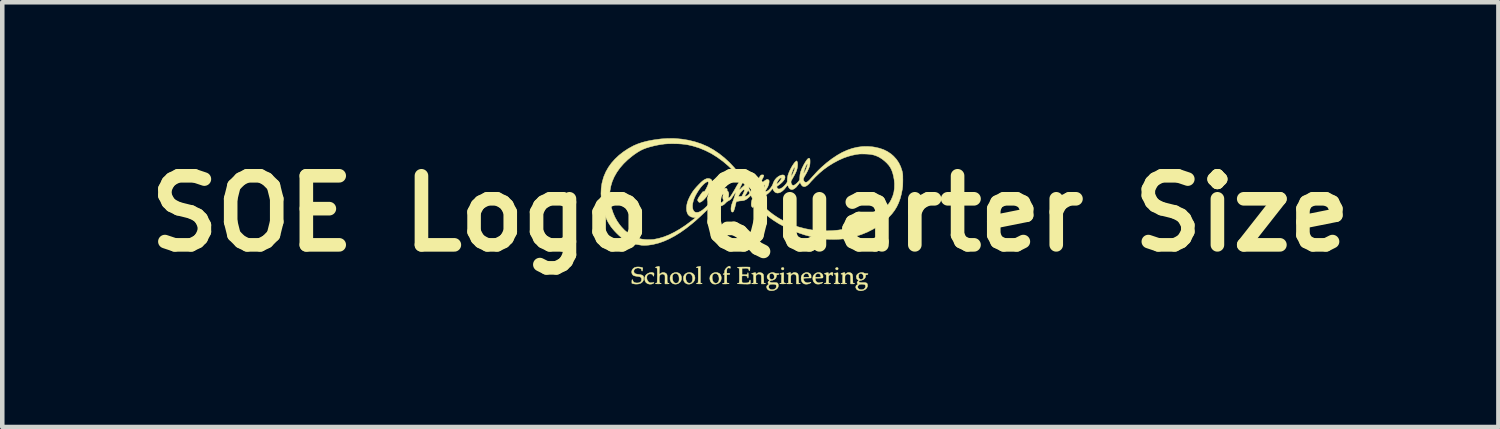
<source format=kicad_pcb>
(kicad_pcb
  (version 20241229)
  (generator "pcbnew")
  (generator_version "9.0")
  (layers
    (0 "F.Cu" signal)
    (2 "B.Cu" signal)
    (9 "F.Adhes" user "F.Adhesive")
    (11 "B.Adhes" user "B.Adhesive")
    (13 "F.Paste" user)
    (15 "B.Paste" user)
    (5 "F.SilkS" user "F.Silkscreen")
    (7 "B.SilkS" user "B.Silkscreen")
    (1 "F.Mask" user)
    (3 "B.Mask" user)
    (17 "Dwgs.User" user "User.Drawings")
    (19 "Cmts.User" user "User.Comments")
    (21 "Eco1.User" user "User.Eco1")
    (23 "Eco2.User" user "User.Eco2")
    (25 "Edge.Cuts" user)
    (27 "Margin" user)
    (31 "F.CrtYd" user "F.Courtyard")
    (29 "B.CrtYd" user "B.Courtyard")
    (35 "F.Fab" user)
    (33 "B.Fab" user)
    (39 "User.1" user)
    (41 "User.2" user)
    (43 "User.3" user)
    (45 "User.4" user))
  (footprint "SOE Logo Quarter Size"
    (layer "F.Cu")
    (at 13.506 1.663)
    (property "Reference" "SOE Logo Quarter Size" (at 0 0 0) (layer "F.SilkS") (effects (font (size 1.524 1.524) (thickness 0.3))))
    (attr through_hole)
    (fp_poly (pts (xy 0.72 1.191) (xy 0.735 1.196) (xy 0.741 1.209) (xy 0.738 1.228) (xy 0.727 1.24) (xy 0.712 1.243) (xy 0.695 1.235) (xy 0.692 1.233) (xy 0.683 1.217) (xy 0.685 1.203) (xy 0.697 1.193) (xy 0.718 1.191) (xy 0.72 1.191)) (stroke (width 0.01) (type solid)) (fill yes) (layer "F.SilkS"))
    (fp_poly (pts (xy 1.916 1.191) (xy 1.931 1.196) (xy 1.937 1.209) (xy 1.935 1.228) (xy 1.924 1.24) (xy 1.908 1.243) (xy 1.891 1.235) (xy 1.889 1.233) (xy 1.88 1.217) (xy 1.882 1.203) (xy 1.894 1.193) (xy 1.914 1.191) (xy 1.916 1.191)) (stroke (width 0.01) (type solid)) (fill yes) (layer "F.SilkS"))
    (fp_poly (pts (xy -1.103 1.531) (xy -1.083 1.535) (xy -1.067 1.54) (xy -1.063 1.544) (xy -1.071 1.547) (xy -1.089 1.55) (xy -1.118 1.551) (xy -1.126 1.551) (xy -1.156 1.55) (xy -1.178 1.548) (xy -1.189 1.545) (xy -1.19 1.544) (xy -1.184 1.538) (xy -1.178 1.537) (xy -1.169 1.537) (xy -1.163 1.534) (xy -1.158 1.527) (xy -1.154 1.515) (xy -1.152 1.496) (xy -1.151 1.469) (xy -1.15 1.432) (xy -1.15 1.383) (xy -1.15 1.359) (xy -1.15 1.196) (xy -1.17 1.196) (xy -1.186 1.194) (xy -1.19 1.188) (xy -1.184 1.181) (xy -1.169 1.175) (xy -1.161 1.174) (xy -1.14 1.17) (xy -1.121 1.167) (xy -1.118 1.166) (xy -1.103 1.161) (xy -1.103 1.531)) (stroke (width 0.01) (type solid)) (fill yes) (layer "F.SilkS"))
    (fp_poly (pts (xy 0.736 1.309) (xy 0.737 1.326) (xy 0.737 1.356) (xy 0.737 1.393) (xy 0.735 1.44) (xy 0.736 1.475) (xy 0.737 1.5) (xy 0.741 1.517) (xy 0.747 1.528) (xy 0.756 1.533) (xy 0.762 1.535) (xy 0.779 1.54) (xy 0.782 1.544) (xy 0.774 1.547) (xy 0.755 1.549) (xy 0.727 1.551) (xy 0.715 1.551) (xy 0.687 1.55) (xy 0.665 1.549) (xy 0.651 1.546) (xy 0.648 1.544) (xy 0.654 1.539) (xy 0.667 1.536) (xy 0.685 1.534) (xy 0.687 1.435) (xy 0.689 1.337) (xy 0.668 1.337) (xy 0.653 1.335) (xy 0.65 1.33) (xy 0.657 1.324) (xy 0.674 1.317) (xy 0.689 1.312) (xy 0.71 1.308) (xy 0.727 1.305) (xy 0.732 1.304) (xy 0.736 1.309)) (stroke (width 0.01) (type solid)) (fill yes) (layer "F.SilkS"))
    (fp_poly (pts (xy 1.932 1.309) (xy 1.934 1.326) (xy 1.934 1.356) (xy 1.933 1.393) (xy 1.932 1.44) (xy 1.932 1.475) (xy 1.934 1.5) (xy 1.938 1.517) (xy 1.944 1.528) (xy 1.953 1.533) (xy 1.959 1.535) (xy 1.975 1.54) (xy 1.979 1.544) (xy 1.971 1.547) (xy 1.952 1.549) (xy 1.923 1.551) (xy 1.912 1.551) (xy 1.883 1.55) (xy 1.861 1.549) (xy 1.848 1.546) (xy 1.845 1.544) (xy 1.851 1.539) (xy 1.863 1.536) (xy 1.872 1.534) (xy 1.878 1.53) (xy 1.882 1.52) (xy 1.884 1.502) (xy 1.887 1.481) (xy 1.888 1.447) (xy 1.889 1.411) (xy 1.888 1.382) (xy 1.885 1.358) (xy 1.882 1.345) (xy 1.878 1.339) (xy 1.869 1.337) (xy 1.864 1.337) (xy 1.849 1.335) (xy 1.846 1.33) (xy 1.854 1.324) (xy 1.87 1.317) (xy 1.885 1.312) (xy 1.907 1.308) (xy 1.923 1.305) (xy 1.929 1.304) (xy 1.932 1.309)) (stroke (width 0.01) (type solid)) (fill yes) (layer "F.SilkS"))
    (fp_poly (pts (xy -2.153 1.303) (xy -2.137 1.309) (xy -2.128 1.318) (xy -2.125 1.333) (xy -2.128 1.356) (xy -2.13 1.363) (xy -2.135 1.379) (xy -2.14 1.382) (xy -2.146 1.372) (xy -2.148 1.363) (xy -2.156 1.346) (xy -2.173 1.335) (xy -2.201 1.331) (xy -2.217 1.33) (xy -2.246 1.336) (xy -2.267 1.351) (xy -2.281 1.377) (xy -2.285 1.411) (xy -2.283 1.441) (xy -2.275 1.468) (xy -2.26 1.491) (xy -2.253 1.5) (xy -2.236 1.516) (xy -2.222 1.524) (xy -2.206 1.527) (xy -2.198 1.527) (xy -2.174 1.526) (xy -2.15 1.522) (xy -2.147 1.522) (xy -2.131 1.52) (xy -2.126 1.524) (xy -2.132 1.532) (xy -2.147 1.542) (xy -2.153 1.546) (xy -2.184 1.555) (xy -2.221 1.557) (xy -2.257 1.549) (xy -2.271 1.543) (xy -2.301 1.522) (xy -2.321 1.491) (xy -2.331 1.452) (xy -2.33 1.41) (xy -2.318 1.374) (xy -2.295 1.344) (xy -2.259 1.32) (xy -2.219 1.304) (xy -2.184 1.299) (xy -2.153 1.303)) (stroke (width 0.01) (type solid)) (fill yes) (layer "F.SilkS"))
    (fp_poly (pts (xy -0.72 1.305) (xy -0.684 1.321) (xy -0.663 1.343) (xy -0.649 1.372) (xy -0.642 1.406) (xy -0.643 1.442) (xy -0.651 1.476) (xy -0.666 1.502) (xy -0.695 1.53) (xy -0.73 1.548) (xy -0.768 1.557) (xy -0.806 1.554) (xy -0.826 1.548) (xy -0.855 1.529) (xy -0.876 1.5) (xy -0.89 1.466) (xy -0.895 1.428) (xy -0.891 1.399) (xy -0.843 1.399) (xy -0.842 1.433) (xy -0.836 1.466) (xy -0.824 1.496) (xy -0.807 1.519) (xy -0.796 1.527) (xy -0.767 1.537) (xy -0.74 1.534) (xy -0.716 1.519) (xy -0.716 1.519) (xy -0.7 1.495) (xy -0.691 1.463) (xy -0.69 1.428) (xy -0.695 1.392) (xy -0.707 1.36) (xy -0.709 1.357) (xy -0.729 1.335) (xy -0.755 1.323) (xy -0.782 1.321) (xy -0.808 1.33) (xy -0.826 1.345) (xy -0.838 1.368) (xy -0.843 1.399) (xy -0.891 1.399) (xy -0.89 1.391) (xy -0.883 1.373) (xy -0.862 1.342) (xy -0.832 1.318) (xy -0.797 1.304) (xy -0.759 1.299) (xy -0.72 1.305)) (stroke (width 0.01) (type solid)) (fill yes) (layer "F.SilkS"))
    (fp_poly (pts (xy -1.594 1.307) (xy -1.56 1.327) (xy -1.55 1.336) (xy -1.529 1.367) (xy -1.519 1.404) (xy -1.52 1.447) (xy -1.52 1.449) (xy -1.533 1.486) (xy -1.555 1.516) (xy -1.585 1.539) (xy -1.62 1.553) (xy -1.657 1.557) (xy -1.694 1.55) (xy -1.711 1.543) (xy -1.739 1.52) (xy -1.759 1.491) (xy -1.77 1.457) (xy -1.772 1.421) (xy -1.771 1.414) (xy -1.721 1.414) (xy -1.716 1.456) (xy -1.705 1.491) (xy -1.688 1.517) (xy -1.665 1.532) (xy -1.639 1.537) (xy -1.61 1.53) (xy -1.605 1.528) (xy -1.588 1.515) (xy -1.578 1.495) (xy -1.572 1.467) (xy -1.571 1.437) (xy -1.575 1.392) (xy -1.586 1.359) (xy -1.606 1.335) (xy -1.623 1.326) (xy -1.644 1.319) (xy -1.664 1.321) (xy -1.672 1.323) (xy -1.695 1.334) (xy -1.71 1.352) (xy -1.719 1.378) (xy -1.721 1.414) (xy -1.771 1.414) (xy -1.766 1.385) (xy -1.75 1.353) (xy -1.726 1.327) (xy -1.713 1.319) (xy -1.673 1.303) (xy -1.632 1.299) (xy -1.594 1.307)) (stroke (width 0.01) (type solid)) (fill yes) (layer "F.SilkS"))
    (fp_poly (pts (xy -1.308 1.304) (xy -1.275 1.318) (xy -1.249 1.341) (xy -1.232 1.368) (xy -1.223 1.406) (xy -1.224 1.443) (xy -1.236 1.478) (xy -1.255 1.508) (xy -1.282 1.532) (xy -1.313 1.549) (xy -1.348 1.557) (xy -1.384 1.555) (xy -1.417 1.543) (xy -1.447 1.519) (xy -1.467 1.488) (xy -1.476 1.449) (xy -1.477 1.433) (xy -1.476 1.421) (xy -1.426 1.421) (xy -1.422 1.461) (xy -1.409 1.493) (xy -1.391 1.518) (xy -1.368 1.532) (xy -1.341 1.536) (xy -1.312 1.528) (xy -1.311 1.528) (xy -1.293 1.511) (xy -1.281 1.486) (xy -1.274 1.455) (xy -1.274 1.421) (xy -1.28 1.387) (xy -1.292 1.357) (xy -1.297 1.35) (xy -1.319 1.33) (xy -1.346 1.32) (xy -1.375 1.322) (xy -1.385 1.327) (xy -1.406 1.342) (xy -1.42 1.365) (xy -1.426 1.397) (xy -1.426 1.421) (xy -1.476 1.421) (xy -1.474 1.396) (xy -1.464 1.367) (xy -1.446 1.342) (xy -1.445 1.341) (xy -1.415 1.317) (xy -1.38 1.304) (xy -1.344 1.299) (xy -1.308 1.304)) (stroke (width 0.01) (type solid)) (fill yes) (layer "F.SilkS"))
    (fp_poly (pts (xy 1.279 1.305) (xy 1.311 1.323) (xy 1.316 1.327) (xy 1.33 1.341) (xy 1.337 1.355) (xy 1.34 1.373) (xy 1.34 1.384) (xy 1.34 1.42) (xy 1.258 1.422) (xy 1.221 1.423) (xy 1.195 1.425) (xy 1.179 1.429) (xy 1.172 1.436) (xy 1.171 1.447) (xy 1.175 1.462) (xy 1.176 1.467) (xy 1.192 1.496) (xy 1.217 1.516) (xy 1.247 1.527) (xy 1.281 1.526) (xy 1.301 1.521) (xy 1.323 1.514) (xy 1.335 1.514) (xy 1.337 1.52) (xy 1.328 1.529) (xy 1.309 1.541) (xy 1.301 1.545) (xy 1.272 1.553) (xy 1.239 1.557) (xy 1.207 1.555) (xy 1.19 1.55) (xy 1.158 1.531) (xy 1.136 1.502) (xy 1.123 1.465) (xy 1.12 1.43) (xy 1.123 1.404) (xy 1.168 1.404) (xy 1.298 1.404) (xy 1.295 1.376) (xy 1.286 1.347) (xy 1.269 1.329) (xy 1.244 1.321) (xy 1.237 1.32) (xy 1.209 1.326) (xy 1.187 1.343) (xy 1.174 1.369) (xy 1.172 1.379) (xy 1.168 1.404) (xy 1.123 1.404) (xy 1.124 1.39) (xy 1.137 1.358) (xy 1.159 1.333) (xy 1.169 1.325) (xy 1.207 1.306) (xy 1.244 1.299) (xy 1.279 1.305)) (stroke (width 0.01) (type solid)) (fill yes) (layer "F.SilkS"))
    (fp_poly (pts (xy 1.553 1.31) (xy 1.58 1.33) (xy 1.595 1.352) (xy 1.602 1.372) (xy 1.604 1.393) (xy 1.601 1.411) (xy 1.594 1.42) (xy 1.583 1.421) (xy 1.562 1.423) (xy 1.534 1.423) (xy 1.506 1.424) (xy 1.429 1.424) (xy 1.432 1.451) (xy 1.441 1.483) (xy 1.458 1.505) (xy 1.482 1.521) (xy 1.5 1.527) (xy 1.519 1.528) (xy 1.544 1.525) (xy 1.577 1.516) (xy 1.583 1.514) (xy 1.593 1.512) (xy 1.594 1.517) (xy 1.593 1.52) (xy 1.582 1.533) (xy 1.561 1.544) (xy 1.534 1.552) (xy 1.504 1.556) (xy 1.475 1.555) (xy 1.45 1.55) (xy 1.447 1.548) (xy 1.416 1.527) (xy 1.394 1.498) (xy 1.381 1.464) (xy 1.377 1.427) (xy 1.382 1.391) (xy 1.384 1.387) (xy 1.43 1.387) (xy 1.43 1.404) (xy 1.494 1.404) (xy 1.524 1.403) (xy 1.542 1.402) (xy 1.552 1.4) (xy 1.557 1.396) (xy 1.557 1.391) (xy 1.552 1.361) (xy 1.538 1.338) (xy 1.516 1.324) (xy 1.49 1.32) (xy 1.473 1.324) (xy 1.451 1.338) (xy 1.436 1.36) (xy 1.43 1.387) (xy 1.384 1.387) (xy 1.398 1.358) (xy 1.419 1.334) (xy 1.452 1.312) (xy 1.487 1.301) (xy 1.522 1.301) (xy 1.553 1.31)) (stroke (width 0.01) (type solid)) (fill yes) (layer "F.SilkS"))
    (fp_poly (pts (xy 1.013 1.306) (xy 1.03 1.314) (xy 1.042 1.323) (xy 1.05 1.336) (xy 1.056 1.354) (xy 1.06 1.381) (xy 1.062 1.418) (xy 1.063 1.44) (xy 1.066 1.534) (xy 1.085 1.536) (xy 1.1 1.539) (xy 1.103 1.543) (xy 1.097 1.547) (xy 1.081 1.55) (xy 1.059 1.551) (xy 1.016 1.551) (xy 1.016 1.461) (xy 1.016 1.424) (xy 1.015 1.398) (xy 1.013 1.38) (xy 1.01 1.368) (xy 1.006 1.359) (xy 1.003 1.355) (xy 0.982 1.338) (xy 0.955 1.333) (xy 0.927 1.339) (xy 0.912 1.347) (xy 0.901 1.357) (xy 0.895 1.371) (xy 0.891 1.392) (xy 0.89 1.421) (xy 0.89 1.455) (xy 0.892 1.534) (xy 0.911 1.536) (xy 0.924 1.54) (xy 0.929 1.544) (xy 0.923 1.547) (xy 0.906 1.549) (xy 0.881 1.55) (xy 0.861 1.551) (xy 0.83 1.55) (xy 0.809 1.549) (xy 0.799 1.546) (xy 0.799 1.545) (xy 0.81 1.539) (xy 0.822 1.536) (xy 0.839 1.534) (xy 0.841 1.436) (xy 0.843 1.338) (xy 0.821 1.336) (xy 0.807 1.332) (xy 0.801 1.327) (xy 0.801 1.327) (xy 0.808 1.322) (xy 0.824 1.316) (xy 0.844 1.309) (xy 0.864 1.304) (xy 0.879 1.301) (xy 0.886 1.302) (xy 0.888 1.311) (xy 0.889 1.325) (xy 0.889 1.344) (xy 0.914 1.324) (xy 0.947 1.305) (xy 0.979 1.299) (xy 1.013 1.306)) (stroke (width 0.01) (type solid)) (fill yes) (layer "F.SilkS"))
    (fp_poly (pts (xy 1.809 1.3) (xy 1.818 1.303) (xy 1.822 1.31) (xy 1.822 1.324) (xy 1.82 1.335) (xy 1.817 1.354) (xy 1.815 1.367) (xy 1.814 1.37) (xy 1.808 1.368) (xy 1.798 1.358) (xy 1.798 1.358) (xy 1.779 1.346) (xy 1.76 1.346) (xy 1.741 1.36) (xy 1.734 1.368) (xy 1.729 1.376) (xy 1.726 1.389) (xy 1.725 1.407) (xy 1.725 1.435) (xy 1.725 1.453) (xy 1.725 1.488) (xy 1.726 1.511) (xy 1.73 1.526) (xy 1.736 1.534) (xy 1.746 1.537) (xy 1.758 1.537) (xy 1.769 1.54) (xy 1.771 1.544) (xy 1.765 1.547) (xy 1.747 1.549) (xy 1.719 1.551) (xy 1.701 1.551) (xy 1.669 1.55) (xy 1.646 1.548) (xy 1.633 1.546) (xy 1.631 1.544) (xy 1.637 1.539) (xy 1.647 1.537) (xy 1.663 1.532) (xy 1.671 1.524) (xy 1.673 1.513) (xy 1.675 1.492) (xy 1.677 1.464) (xy 1.677 1.433) (xy 1.677 1.403) (xy 1.677 1.376) (xy 1.675 1.356) (xy 1.673 1.346) (xy 1.663 1.339) (xy 1.652 1.336) (xy 1.637 1.332) (xy 1.634 1.325) (xy 1.644 1.318) (xy 1.664 1.312) (xy 1.666 1.311) (xy 1.693 1.305) (xy 1.709 1.303) (xy 1.718 1.304) (xy 1.722 1.311) (xy 1.724 1.323) (xy 1.725 1.327) (xy 1.728 1.353) (xy 1.74 1.335) (xy 1.757 1.317) (xy 1.779 1.304) (xy 1.801 1.299) (xy 1.809 1.3)) (stroke (width 0.01) (type solid)) (fill yes) (layer "F.SilkS"))
    (fp_poly (pts (xy 2.209 1.306) (xy 2.211 1.307) (xy 2.229 1.316) (xy 2.242 1.329) (xy 2.251 1.347) (xy 2.256 1.372) (xy 2.259 1.407) (xy 2.259 1.439) (xy 2.26 1.471) (xy 2.261 1.498) (xy 2.262 1.518) (xy 2.263 1.527) (xy 2.272 1.535) (xy 2.283 1.537) (xy 2.296 1.54) (xy 2.299 1.544) (xy 2.293 1.548) (xy 2.277 1.55) (xy 2.256 1.551) (xy 2.212 1.551) (xy 2.212 1.461) (xy 2.212 1.424) (xy 2.211 1.398) (xy 2.21 1.38) (xy 2.207 1.368) (xy 2.202 1.359) (xy 2.199 1.355) (xy 2.178 1.338) (xy 2.152 1.332) (xy 2.125 1.337) (xy 2.12 1.34) (xy 2.106 1.348) (xy 2.096 1.359) (xy 2.09 1.373) (xy 2.087 1.395) (xy 2.086 1.425) (xy 2.087 1.455) (xy 2.089 1.534) (xy 2.107 1.536) (xy 2.121 1.54) (xy 2.126 1.544) (xy 2.119 1.547) (xy 2.103 1.549) (xy 2.078 1.551) (xy 2.062 1.551) (xy 2.035 1.55) (xy 2.013 1.548) (xy 2.001 1.546) (xy 1.999 1.544) (xy 2.004 1.539) (xy 2.017 1.536) (xy 2.035 1.534) (xy 2.037 1.435) (xy 2.039 1.337) (xy 2.019 1.337) (xy 2.003 1.335) (xy 1.999 1.33) (xy 2.005 1.322) (xy 2.022 1.315) (xy 2.039 1.309) (xy 2.06 1.304) (xy 2.076 1.302) (xy 2.082 1.302) (xy 2.085 1.311) (xy 2.085 1.325) (xy 2.085 1.344) (xy 2.111 1.324) (xy 2.143 1.305) (xy 2.175 1.299) (xy 2.209 1.306)) (stroke (width 0.01) (type solid)) (fill yes) (layer "F.SilkS"))
    (fp_poly (pts (xy -0.448 1.164) (xy -0.442 1.179) (xy -0.441 1.187) (xy -0.442 1.202) (xy -0.446 1.207) (xy -0.454 1.203) (xy -0.477 1.197) (xy -0.498 1.2) (xy -0.511 1.211) (xy -0.518 1.231) (xy -0.521 1.264) (xy -0.521 1.271) (xy -0.521 1.317) (xy -0.488 1.317) (xy -0.468 1.317) (xy -0.458 1.32) (xy -0.455 1.327) (xy -0.455 1.33) (xy -0.456 1.338) (xy -0.464 1.342) (xy -0.48 1.343) (xy -0.488 1.344) (xy -0.521 1.344) (xy -0.521 1.436) (xy -0.521 1.475) (xy -0.52 1.502) (xy -0.518 1.52) (xy -0.513 1.531) (xy -0.506 1.536) (xy -0.494 1.537) (xy -0.484 1.537) (xy -0.472 1.54) (xy -0.468 1.544) (xy -0.474 1.546) (xy -0.49 1.548) (xy -0.513 1.55) (xy -0.539 1.552) (xy -0.565 1.553) (xy -0.588 1.553) (xy -0.604 1.553) (xy -0.608 1.552) (xy -0.615 1.546) (xy -0.612 1.541) (xy -0.599 1.538) (xy -0.596 1.537) (xy -0.579 1.534) (xy -0.572 1.527) (xy -0.571 1.516) (xy -0.569 1.495) (xy -0.569 1.467) (xy -0.568 1.434) (xy -0.568 1.43) (xy -0.568 1.344) (xy -0.585 1.344) (xy -0.597 1.342) (xy -0.602 1.338) (xy -0.596 1.331) (xy -0.585 1.325) (xy -0.574 1.317) (xy -0.569 1.304) (xy -0.568 1.291) (xy -0.566 1.268) (xy -0.562 1.247) (xy -0.561 1.245) (xy -0.549 1.224) (xy -0.529 1.201) (xy -0.506 1.18) (xy -0.485 1.166) (xy -0.483 1.166) (xy -0.461 1.16) (xy -0.448 1.164)) (stroke (width 0.01) (type solid)) (fill yes) (layer "F.SilkS"))
    (fp_poly (pts (xy -2.444 1.179) (xy -2.41 1.185) (xy -2.404 1.187) (xy -2.373 1.198) (xy -2.377 1.226) (xy -2.38 1.245) (xy -2.383 1.26) (xy -2.383 1.262) (xy -2.388 1.268) (xy -2.394 1.264) (xy -2.399 1.253) (xy -2.4 1.243) (xy -2.405 1.225) (xy -2.422 1.212) (xy -2.45 1.203) (xy -2.463 1.2) (xy -2.497 1.2) (xy -2.526 1.208) (xy -2.55 1.224) (xy -2.566 1.245) (xy -2.572 1.27) (xy -2.567 1.296) (xy -2.564 1.302) (xy -2.555 1.315) (xy -2.543 1.324) (xy -2.523 1.331) (xy -2.496 1.337) (xy -2.457 1.343) (xy -2.454 1.343) (xy -2.413 1.35) (xy -2.385 1.36) (xy -2.366 1.374) (xy -2.356 1.394) (xy -2.353 1.421) (xy -2.354 1.437) (xy -2.362 1.476) (xy -2.381 1.506) (xy -2.41 1.53) (xy -2.425 1.538) (xy -2.46 1.55) (xy -2.502 1.555) (xy -2.544 1.554) (xy -2.582 1.547) (xy -2.614 1.537) (xy -2.614 1.497) (xy -2.613 1.474) (xy -2.61 1.461) (xy -2.604 1.457) (xy -2.604 1.457) (xy -2.596 1.463) (xy -2.592 1.479) (xy -2.584 1.502) (xy -2.564 1.518) (xy -2.534 1.528) (xy -2.502 1.531) (xy -2.461 1.527) (xy -2.43 1.515) (xy -2.41 1.496) (xy -2.401 1.468) (xy -2.4 1.452) (xy -2.404 1.425) (xy -2.417 1.405) (xy -2.44 1.393) (xy -2.471 1.387) (xy -2.514 1.382) (xy -2.547 1.376) (xy -2.57 1.368) (xy -2.587 1.359) (xy -2.596 1.35) (xy -2.613 1.32) (xy -2.619 1.288) (xy -2.613 1.256) (xy -2.597 1.226) (xy -2.572 1.202) (xy -2.545 1.187) (xy -2.517 1.18) (xy -2.481 1.177) (xy -2.444 1.179)) (stroke (width 0.01) (type solid)) (fill yes) (layer "F.SilkS"))
    (fp_poly (pts (xy 0.228 1.302) (xy 0.258 1.314) (xy 0.274 1.327) (xy 0.281 1.335) (xy 0.286 1.344) (xy 0.289 1.356) (xy 0.291 1.373) (xy 0.293 1.4) (xy 0.294 1.437) (xy 0.294 1.439) (xy 0.297 1.534) (xy 0.316 1.536) (xy 0.331 1.539) (xy 0.335 1.543) (xy 0.328 1.547) (xy 0.312 1.55) (xy 0.289 1.551) (xy 0.289 1.551) (xy 0.244 1.551) (xy 0.244 1.457) (xy 0.244 1.42) (xy 0.243 1.394) (xy 0.242 1.376) (xy 0.239 1.364) (xy 0.235 1.356) (xy 0.229 1.349) (xy 0.229 1.349) (xy 0.208 1.336) (xy 0.182 1.333) (xy 0.156 1.338) (xy 0.137 1.35) (xy 0.13 1.357) (xy 0.125 1.365) (xy 0.122 1.375) (xy 0.121 1.39) (xy 0.121 1.414) (xy 0.122 1.448) (xy 0.122 1.45) (xy 0.124 1.534) (xy 0.142 1.536) (xy 0.155 1.54) (xy 0.16 1.544) (xy 0.154 1.547) (xy 0.137 1.549) (xy 0.113 1.55) (xy 0.094 1.551) (xy 0.063 1.55) (xy 0.04 1.548) (xy 0.028 1.546) (xy 0.027 1.544) (xy 0.033 1.539) (xy 0.047 1.537) (xy 0.047 1.537) (xy 0.057 1.536) (xy 0.064 1.532) (xy 0.069 1.524) (xy 0.072 1.508) (xy 0.073 1.484) (xy 0.073 1.449) (xy 0.072 1.424) (xy 0.07 1.341) (xy 0.048 1.335) (xy 0.032 1.33) (xy 0.028 1.324) (xy 0.038 1.318) (xy 0.06 1.312) (xy 0.062 1.311) (xy 0.089 1.305) (xy 0.105 1.303) (xy 0.114 1.304) (xy 0.118 1.31) (xy 0.12 1.321) (xy 0.12 1.322) (xy 0.124 1.345) (xy 0.14 1.327) (xy 0.166 1.309) (xy 0.196 1.301) (xy 0.228 1.302)) (stroke (width 0.01) (type solid)) (fill yes) (layer "F.SilkS"))
    (fp_poly (pts (xy -2.011 1.167) (xy -2.006 1.176) (xy -2.005 1.193) (xy -2.007 1.221) (xy -2.008 1.246) (xy -2.01 1.285) (xy -2.01 1.311) (xy -2.007 1.327) (xy -2.002 1.334) (xy -1.993 1.332) (xy -1.981 1.323) (xy -1.978 1.321) (xy -1.959 1.308) (xy -1.939 1.3) (xy -1.937 1.3) (xy -1.908 1.3) (xy -1.879 1.309) (xy -1.856 1.325) (xy -1.849 1.332) (xy -1.843 1.342) (xy -1.839 1.353) (xy -1.837 1.368) (xy -1.836 1.39) (xy -1.836 1.423) (xy -1.836 1.428) (xy -1.836 1.47) (xy -1.835 1.5) (xy -1.831 1.52) (xy -1.825 1.531) (xy -1.815 1.537) (xy -1.808 1.537) (xy -1.796 1.54) (xy -1.791 1.544) (xy -1.798 1.547) (xy -1.814 1.55) (xy -1.837 1.551) (xy -1.884 1.551) (xy -1.883 1.457) (xy -1.882 1.42) (xy -1.883 1.394) (xy -1.884 1.376) (xy -1.886 1.364) (xy -1.89 1.356) (xy -1.896 1.35) (xy -1.897 1.349) (xy -1.918 1.336) (xy -1.944 1.333) (xy -1.97 1.338) (xy -1.988 1.35) (xy -2.001 1.372) (xy -2.009 1.404) (xy -2.011 1.446) (xy -2.009 1.487) (xy -2.006 1.511) (xy -2.003 1.524) (xy -1.997 1.531) (xy -1.988 1.535) (xy -1.985 1.535) (xy -1.969 1.54) (xy -1.965 1.544) (xy -1.973 1.547) (xy -1.992 1.549) (xy -2.021 1.551) (xy -2.032 1.551) (xy -2.065 1.55) (xy -2.086 1.548) (xy -2.095 1.545) (xy -2.095 1.544) (xy -2.086 1.538) (xy -2.079 1.537) (xy -2.065 1.532) (xy -2.059 1.524) (xy -2.057 1.514) (xy -2.055 1.493) (xy -2.054 1.464) (xy -2.053 1.428) (xy -2.052 1.389) (xy -2.052 1.348) (xy -2.052 1.308) (xy -2.053 1.272) (xy -2.054 1.241) (xy -2.055 1.219) (xy -2.057 1.206) (xy -2.057 1.206) (xy -2.067 1.199) (xy -2.079 1.195) (xy -2.092 1.192) (xy -2.092 1.186) (xy -2.081 1.179) (xy -2.059 1.172) (xy -2.056 1.172) (xy -2.035 1.167) (xy -2.02 1.164) (xy -2.011 1.167)) (stroke (width 0.01) (type solid)) (fill yes) (layer "F.SilkS"))
    (fp_poly (pts (xy -0.065 1.179) (xy -0.038 1.18) (xy -0.019 1.181) (xy -0.01 1.183) (xy -0.01 1.183) (xy -0.008 1.193) (xy -0.009 1.212) (xy -0.01 1.227) (xy -0.015 1.249) (xy -0.021 1.26) (xy -0.027 1.259) (xy -0.032 1.245) (xy -0.033 1.236) (xy -0.038 1.222) (xy -0.049 1.212) (xy -0.068 1.206) (xy -0.096 1.204) (xy -0.132 1.205) (xy -0.184 1.206) (xy -0.184 1.347) (xy -0.131 1.349) (xy -0.099 1.349) (xy -0.078 1.346) (xy -0.066 1.339) (xy -0.061 1.326) (xy -0.06 1.319) (xy -0.058 1.307) (xy -0.053 1.303) (xy -0.05 1.31) (xy -0.048 1.327) (xy -0.047 1.354) (xy -0.047 1.364) (xy -0.047 1.392) (xy -0.049 1.413) (xy -0.052 1.423) (xy -0.053 1.424) (xy -0.059 1.418) (xy -0.06 1.409) (xy -0.062 1.393) (xy -0.065 1.386) (xy -0.075 1.38) (xy -0.094 1.375) (xy -0.118 1.372) (xy -0.143 1.371) (xy -0.163 1.373) (xy -0.187 1.378) (xy -0.187 1.45) (xy -0.187 1.484) (xy -0.185 1.507) (xy -0.18 1.521) (xy -0.168 1.528) (xy -0.149 1.53) (xy -0.12 1.53) (xy -0.11 1.53) (xy -0.076 1.529) (xy -0.053 1.526) (xy -0.038 1.52) (xy -0.029 1.51) (xy -0.022 1.495) (xy -0.021 1.492) (xy -0.014 1.475) (xy -0.008 1.465) (xy -0.006 1.464) (xy -0.003 1.47) (xy -0.001 1.486) (xy 0 1.506) (xy 0 1.549) (xy -0.031 1.553) (xy -0.053 1.555) (xy -0.071 1.556) (xy -0.076 1.556) (xy -0.088 1.555) (xy -0.11 1.554) (xy -0.14 1.554) (xy -0.174 1.553) (xy -0.189 1.552) (xy -0.226 1.551) (xy -0.257 1.549) (xy -0.277 1.547) (xy -0.287 1.545) (xy -0.287 1.544) (xy -0.282 1.539) (xy -0.272 1.537) (xy -0.262 1.537) (xy -0.255 1.534) (xy -0.249 1.527) (xy -0.246 1.515) (xy -0.243 1.497) (xy -0.242 1.47) (xy -0.242 1.433) (xy -0.242 1.385) (xy -0.242 1.363) (xy -0.244 1.206) (xy -0.265 1.2) (xy -0.279 1.193) (xy -0.286 1.187) (xy -0.286 1.187) (xy -0.281 1.185) (xy -0.264 1.183) (xy -0.238 1.181) (xy -0.206 1.18) (xy -0.171 1.179) (xy -0.134 1.179) (xy -0.098 1.178) (xy -0.065 1.179)) (stroke (width 0.01) (type solid)) (fill yes) (layer "F.SilkS"))
    (fp_poly (pts (xy 0.515 1.303) (xy 0.532 1.309) (xy 0.567 1.32) (xy 0.599 1.323) (xy 0.62 1.324) (xy 0.63 1.326) (xy 0.631 1.33) (xy 0.628 1.337) (xy 0.617 1.347) (xy 0.598 1.35) (xy 0.583 1.351) (xy 0.576 1.357) (xy 0.575 1.37) (xy 0.575 1.375) (xy 0.571 1.399) (xy 0.562 1.421) (xy 0.562 1.422) (xy 0.544 1.442) (xy 0.518 1.458) (xy 0.491 1.469) (xy 0.476 1.471) (xy 0.457 1.474) (xy 0.44 1.483) (xy 0.429 1.495) (xy 0.428 1.501) (xy 0.432 1.511) (xy 0.446 1.518) (xy 0.47 1.522) (xy 0.506 1.523) (xy 0.521 1.523) (xy 0.556 1.523) (xy 0.58 1.525) (xy 0.596 1.53) (xy 0.606 1.54) (xy 0.612 1.554) (xy 0.615 1.564) (xy 0.618 1.598) (xy 0.608 1.63) (xy 0.586 1.658) (xy 0.556 1.679) (xy 0.516 1.695) (xy 0.472 1.701) (xy 0.432 1.698) (xy 0.4 1.686) (xy 0.376 1.666) (xy 0.364 1.644) (xy 0.36 1.619) (xy 0.401 1.619) (xy 0.408 1.642) (xy 0.424 1.663) (xy 0.447 1.676) (xy 0.45 1.677) (xy 0.482 1.681) (xy 0.516 1.675) (xy 0.536 1.667) (xy 0.56 1.648) (xy 0.573 1.622) (xy 0.575 1.605) (xy 0.573 1.585) (xy 0.565 1.571) (xy 0.55 1.562) (xy 0.526 1.558) (xy 0.495 1.557) (xy 0.466 1.558) (xy 0.447 1.559) (xy 0.434 1.563) (xy 0.424 1.569) (xy 0.419 1.574) (xy 0.405 1.595) (xy 0.401 1.619) (xy 0.36 1.619) (xy 0.359 1.616) (xy 0.367 1.592) (xy 0.388 1.572) (xy 0.39 1.571) (xy 0.405 1.561) (xy 0.409 1.555) (xy 0.406 1.549) (xy 0.401 1.546) (xy 0.389 1.531) (xy 0.39 1.513) (xy 0.401 1.495) (xy 0.409 1.488) (xy 0.43 1.472) (xy 0.409 1.461) (xy 0.388 1.444) (xy 0.373 1.421) (xy 0.368 1.397) (xy 0.371 1.382) (xy 0.417 1.382) (xy 0.42 1.409) (xy 0.431 1.433) (xy 0.449 1.449) (xy 0.45 1.449) (xy 0.472 1.454) (xy 0.496 1.45) (xy 0.515 1.437) (xy 0.516 1.436) (xy 0.526 1.416) (xy 0.529 1.389) (xy 0.524 1.362) (xy 0.513 1.34) (xy 0.512 1.339) (xy 0.492 1.325) (xy 0.468 1.32) (xy 0.445 1.326) (xy 0.434 1.334) (xy 0.421 1.355) (xy 0.417 1.382) (xy 0.371 1.382) (xy 0.373 1.371) (xy 0.389 1.345) (xy 0.411 1.325) (xy 0.423 1.318) (xy 0.458 1.304) (xy 0.487 1.299) (xy 0.515 1.303)) (stroke (width 0.01) (type solid)) (fill yes) (layer "F.SilkS"))
    (fp_poly (pts (xy 2.49 1.304) (xy 2.511 1.314) (xy 2.526 1.319) (xy 2.549 1.323) (xy 2.563 1.323) (xy 2.584 1.324) (xy 2.595 1.326) (xy 2.596 1.33) (xy 2.593 1.337) (xy 2.581 1.348) (xy 2.564 1.35) (xy 2.55 1.351) (xy 2.544 1.356) (xy 2.542 1.37) (xy 2.542 1.377) (xy 2.537 1.407) (xy 2.52 1.434) (xy 2.493 1.455) (xy 2.459 1.468) (xy 2.448 1.47) (xy 2.417 1.477) (xy 2.399 1.488) (xy 2.393 1.502) (xy 2.399 1.512) (xy 2.417 1.519) (xy 2.448 1.522) (xy 2.491 1.523) (xy 2.527 1.523) (xy 2.552 1.527) (xy 2.569 1.535) (xy 2.579 1.55) (xy 2.584 1.571) (xy 2.585 1.575) (xy 2.583 1.608) (xy 2.569 1.639) (xy 2.545 1.665) (xy 2.513 1.685) (xy 2.474 1.698) (xy 2.451 1.702) (xy 2.435 1.703) (xy 2.422 1.702) (xy 2.405 1.699) (xy 2.4 1.698) (xy 2.365 1.685) (xy 2.341 1.665) (xy 2.328 1.639) (xy 2.326 1.623) (xy 2.366 1.623) (xy 2.373 1.644) (xy 2.389 1.662) (xy 2.412 1.675) (xy 2.441 1.681) (xy 2.463 1.68) (xy 2.485 1.675) (xy 2.503 1.668) (xy 2.505 1.667) (xy 2.524 1.65) (xy 2.537 1.629) (xy 2.543 1.608) (xy 2.543 1.598) (xy 2.537 1.579) (xy 2.527 1.568) (xy 2.511 1.561) (xy 2.485 1.558) (xy 2.462 1.557) (xy 2.434 1.558) (xy 2.415 1.559) (xy 2.403 1.563) (xy 2.393 1.57) (xy 2.386 1.577) (xy 2.37 1.6) (xy 2.366 1.623) (xy 2.326 1.623) (xy 2.326 1.622) (xy 2.329 1.6) (xy 2.338 1.584) (xy 2.358 1.57) (xy 2.373 1.56) (xy 2.377 1.554) (xy 2.373 1.549) (xy 2.367 1.545) (xy 2.355 1.531) (xy 2.356 1.515) (xy 2.369 1.495) (xy 2.374 1.491) (xy 2.395 1.472) (xy 2.374 1.461) (xy 2.354 1.447) (xy 2.344 1.429) (xy 2.34 1.403) (xy 2.339 1.394) (xy 2.34 1.385) (xy 2.386 1.385) (xy 2.388 1.408) (xy 2.394 1.423) (xy 2.406 1.438) (xy 2.428 1.453) (xy 2.45 1.456) (xy 2.473 1.445) (xy 2.477 1.441) (xy 2.489 1.429) (xy 2.494 1.416) (xy 2.496 1.395) (xy 2.496 1.391) (xy 2.491 1.359) (xy 2.477 1.336) (xy 2.455 1.323) (xy 2.436 1.321) (xy 2.411 1.326) (xy 2.395 1.341) (xy 2.387 1.366) (xy 2.386 1.385) (xy 2.34 1.385) (xy 2.342 1.371) (xy 2.35 1.353) (xy 2.36 1.34) (xy 2.387 1.318) (xy 2.42 1.305) (xy 2.456 1.3) (xy 2.49 1.304)) (stroke (width 0.01) (type solid)) (fill yes) (layer "F.SilkS"))
    (fp_poly (pts (xy -1.666 -1.657) (xy -1.515 -1.644) (xy -1.368 -1.62) (xy -1.224 -1.585) (xy -1.087 -1.54) (xy -0.956 -1.484) (xy -0.931 -1.472) (xy -0.809 -1.403) (xy -0.689 -1.322) (xy -0.573 -1.23) (xy -0.463 -1.129) (xy -0.359 -1.019) (xy -0.263 -0.903) (xy -0.177 -0.781) (xy -0.124 -0.693) (xy -0.11 -0.67) (xy -0.1 -0.657) (xy -0.09 -0.65) (xy -0.08 -0.648) (xy -0.077 -0.648) (xy -0.055 -0.644) (xy -0.041 -0.63) (xy -0.034 -0.606) (xy -0.033 -0.588) (xy -0.031 -0.56) (xy -0.023 -0.536) (xy -0.013 -0.52) (xy -0.001 -0.502) (xy 0.008 -0.491) (xy 0.013 -0.488) (xy 0.017 -0.494) (xy 0.028 -0.509) (xy 0.043 -0.534) (xy 0.062 -0.566) (xy 0.084 -0.603) (xy 0.108 -0.646) (xy 0.114 -0.657) (xy 0.14 -0.701) (xy 0.163 -0.741) (xy 0.185 -0.777) (xy 0.203 -0.807) (xy 0.216 -0.828) (xy 0.225 -0.84) (xy 0.226 -0.841) (xy 0.24 -0.851) (xy 0.257 -0.855) (xy 0.269 -0.854) (xy 0.287 -0.852) (xy 0.295 -0.848) (xy 0.296 -0.838) (xy 0.296 -0.834) (xy 0.292 -0.82) (xy 0.283 -0.799) (xy 0.27 -0.773) (xy 0.261 -0.757) (xy 0.243 -0.723) (xy 0.228 -0.692) (xy 0.217 -0.666) (xy 0.21 -0.647) (xy 0.21 -0.637) (xy 0.21 -0.636) (xy 0.216 -0.639) (xy 0.229 -0.65) (xy 0.248 -0.666) (xy 0.266 -0.683) (xy 0.302 -0.715) (xy 0.334 -0.738) (xy 0.36 -0.752) (xy 0.376 -0.755) (xy 0.388 -0.752) (xy 0.4 -0.744) (xy 0.409 -0.737) (xy 0.413 -0.728) (xy 0.414 -0.713) (xy 0.413 -0.689) (xy 0.405 -0.646) (xy 0.387 -0.597) (xy 0.358 -0.545) (xy 0.34 -0.517) (xy 0.329 -0.5) (xy 0.323 -0.488) (xy 0.322 -0.484) (xy 0.331 -0.484) (xy 0.347 -0.488) (xy 0.367 -0.496) (xy 0.386 -0.505) (xy 0.393 -0.51) (xy 0.417 -0.531) (xy 0.443 -0.56) (xy 0.467 -0.594) (xy 0.487 -0.627) (xy 0.499 -0.657) (xy 0.499 -0.657) (xy 0.5 -0.661) (xy 0.581 -0.661) (xy 0.585 -0.655) (xy 0.585 -0.655) (xy 0.593 -0.659) (xy 0.606 -0.668) (xy 0.611 -0.672) (xy 0.629 -0.689) (xy 0.648 -0.712) (xy 0.666 -0.737) (xy 0.68 -0.761) (xy 0.685 -0.774) (xy 0.685 -0.786) (xy 0.678 -0.789) (xy 0.665 -0.784) (xy 0.648 -0.771) (xy 0.635 -0.758) (xy 0.619 -0.738) (xy 0.604 -0.715) (xy 0.592 -0.693) (xy 0.584 -0.674) (xy 0.581 -0.661) (xy 0.5 -0.661) (xy 0.519 -0.707) (xy 0.547 -0.753) (xy 0.583 -0.792) (xy 0.624 -0.823) (xy 0.669 -0.845) (xy 0.702 -0.853) (xy 0.73 -0.852) (xy 0.751 -0.841) (xy 0.762 -0.823) (xy 0.765 -0.798) (xy 0.757 -0.768) (xy 0.747 -0.747) (xy 0.728 -0.722) (xy 0.702 -0.693) (xy 0.67 -0.663) (xy 0.637 -0.636) (xy 0.616 -0.622) (xy 0.597 -0.608) (xy 0.587 -0.599) (xy 0.584 -0.59) (xy 0.585 -0.582) (xy 0.595 -0.562) (xy 0.612 -0.547) (xy 0.631 -0.542) (xy 0.658 -0.548) (xy 0.69 -0.564) (xy 0.724 -0.59) (xy 0.759 -0.623) (xy 0.788 -0.658) (xy 0.803 -0.678) (xy 0.811 -0.694) (xy 0.815 -0.711) (xy 0.815 -0.735) (xy 0.815 -0.737) (xy 0.818 -0.788) (xy 0.826 -0.827) (xy 0.897 -0.827) (xy 0.897 -0.823) (xy 0.9 -0.822) (xy 0.902 -0.822) (xy 0.908 -0.828) (xy 0.917 -0.843) (xy 0.929 -0.865) (xy 0.935 -0.877) (xy 0.952 -0.916) (xy 0.966 -0.953) (xy 0.977 -0.986) (xy 0.982 -1.011) (xy 0.983 -1.018) (xy 0.98 -1.028) (xy 0.975 -1.026) (xy 0.966 -1.015) (xy 0.955 -0.996) (xy 0.944 -0.971) (xy 0.931 -0.941) (xy 0.92 -0.909) (xy 0.912 -0.884) (xy 0.904 -0.856) (xy 0.899 -0.837) (xy 0.897 -0.827) (xy 0.826 -0.827) (xy 0.827 -0.838) (xy 0.844 -0.889) (xy 0.868 -0.945) (xy 0.89 -0.989) (xy 0.922 -1.047) (xy 0.952 -1.093) (xy 0.978 -1.128) (xy 0.997 -1.146) (xy 1.019 -1.164) (xy 1.031 -1.15) (xy 1.037 -1.139) (xy 1.041 -1.123) (xy 1.042 -1.1) (xy 1.043 -1.077) (xy 1.04 -1.035) (xy 1.032 -0.993) (xy 1.019 -0.948) (xy 0.998 -0.899) (xy 0.97 -0.844) (xy 0.934 -0.781) (xy 0.928 -0.77) (xy 0.912 -0.743) (xy 0.902 -0.724) (xy 0.898 -0.71) (xy 0.897 -0.696) (xy 0.898 -0.683) (xy 0.905 -0.657) (xy 0.919 -0.636) (xy 0.937 -0.624) (xy 0.949 -0.622) (xy 0.965 -0.626) (xy 0.987 -0.64) (xy 1.012 -0.659) (xy 1.037 -0.682) (xy 1.058 -0.705) (xy 1.074 -0.725) (xy 1.083 -0.741) (xy 1.088 -0.755) (xy 1.089 -0.775) (xy 1.09 -0.796) (xy 1.095 -0.859) (xy 1.104 -0.895) (xy 1.176 -0.895) (xy 1.179 -0.891) (xy 1.186 -0.899) (xy 1.198 -0.92) (xy 1.213 -0.947) (xy 1.227 -0.979) (xy 1.24 -1.014) (xy 1.25 -1.044) (xy 1.257 -1.07) (xy 1.261 -1.085) (xy 1.262 -1.093) (xy 1.261 -1.096) (xy 1.258 -1.096) (xy 1.257 -1.096) (xy 1.248 -1.09) (xy 1.237 -1.073) (xy 1.224 -1.048) (xy 1.211 -1.016) (xy 1.198 -0.98) (xy 1.197 -0.977) (xy 1.185 -0.938) (xy 1.178 -0.911) (xy 1.176 -0.895) (xy 1.104 -0.895) (xy 1.111 -0.927) (xy 1.139 -0.999) (xy 1.178 -1.076) (xy 1.201 -1.116) (xy 1.229 -1.161) (xy 1.253 -1.193) (xy 1.273 -1.214) (xy 1.29 -1.222) (xy 1.302 -1.22) (xy 1.31 -1.21) (xy 1.315 -1.193) (xy 1.317 -1.166) (xy 1.317 -1.133) (xy 1.315 -1.098) (xy 1.31 -1.065) (xy 1.304 -1.038) (xy 1.302 -1.034) (xy 1.283 -0.986) (xy 1.257 -0.93) (xy 1.224 -0.869) (xy 1.204 -0.836) (xy 1.185 -0.802) (xy 1.174 -0.775) (xy 1.171 -0.754) (xy 1.174 -0.734) (xy 1.183 -0.717) (xy 1.2 -0.697) (xy 1.22 -0.69) (xy 1.243 -0.694) (xy 1.27 -0.71) (xy 1.301 -0.738) (xy 1.317 -0.755) (xy 1.37 -0.814) (xy 1.415 -0.863) (xy 1.453 -0.905) (xy 1.487 -0.941) (xy 1.517 -0.971) (xy 1.545 -0.998) (xy 1.568 -1.02) (xy 1.685 -1.122) (xy 1.8 -1.21) (xy 1.914 -1.286) (xy 2.026 -1.35) (xy 2.138 -1.4) (xy 2.249 -1.439) (xy 2.36 -1.465) (xy 2.472 -1.48) (xy 2.585 -1.482) (xy 2.699 -1.473) (xy 2.738 -1.467) (xy 2.842 -1.444) (xy 2.938 -1.412) (xy 3.025 -1.369) (xy 3.104 -1.316) (xy 3.16 -1.267) (xy 3.223 -1.198) (xy 3.275 -1.121) (xy 3.317 -1.035) (xy 3.347 -0.944) (xy 3.353 -0.92) (xy 3.357 -0.899) (xy 3.361 -0.877) (xy 3.363 -0.853) (xy 3.364 -0.823) (xy 3.364 -0.784) (xy 3.365 -0.745) (xy 3.364 -0.687) (xy 3.363 -0.639) (xy 3.361 -0.598) (xy 3.356 -0.561) (xy 3.353 -0.538) (xy 3.331 -0.427) (xy 3.304 -0.326) (xy 3.27 -0.234) (xy 3.23 -0.15) (xy 3.181 -0.07) (xy 3.124 0.005) (xy 3.056 0.079) (xy 3.051 0.084) (xy 2.948 0.179) (xy 2.835 0.264) (xy 2.714 0.34) (xy 2.585 0.406) (xy 2.45 0.461) (xy 2.309 0.506) (xy 2.164 0.539) (xy 2.039 0.558) (xy 1.99 0.563) (xy 1.931 0.566) (xy 1.867 0.568) (xy 1.801 0.568) (xy 1.738 0.567) (xy 1.681 0.564) (xy 1.643 0.561) (xy 1.495 0.541) (xy 1.345 0.51) (xy 1.194 0.469) (xy 1.045 0.419) (xy 0.899 0.36) (xy 0.758 0.293) (xy 0.624 0.22) (xy 0.499 0.14) (xy 0.394 0.063) (xy 0.353 0.028) (xy 0.308 -0.013) (xy 0.262 -0.058) (xy 0.218 -0.104) (xy 0.179 -0.147) (xy 0.154 -0.177) (xy 0.136 -0.2) (xy 0.121 -0.218) (xy 0.11 -0.23) (xy 0.106 -0.233) (xy 0.102 -0.228) (xy 0.097 -0.215) (xy 0.096 -0.209) (xy 0.087 -0.175) (xy 0.071 -0.149) (xy 0.063 -0.14) (xy 0.055 -0.135) (xy 0.046 -0.138) (xy 0.036 -0.149) (xy 0.027 -0.162) (xy 0.022 -0.176) (xy 0.02 -0.197) (xy 0.02 -0.213) (xy 0.024 -0.257) (xy 0.033 -0.297) (xy 0.047 -0.336) (xy 0.041 -0.346) (xy 0.13 -0.346) (xy 0.13 -0.336) (xy 0.135 -0.325) (xy 0.144 -0.311) (xy 0.158 -0.293) (xy 0.18 -0.269) (xy 0.209 -0.239) (xy 0.244 -0.204) (xy 0.333 -0.119) (xy 0.42 -0.044) (xy 0.509 0.024) (xy 0.603 0.087) (xy 0.664 0.123) (xy 0.789 0.189) (xy 0.922 0.246) (xy 1.062 0.294) (xy 1.206 0.332) (xy 1.353 0.36) (xy 1.464 0.373) (xy 1.511 0.377) (xy 1.567 0.379) (xy 1.629 0.38) (xy 1.692 0.38) (xy 1.753 0.378) (xy 1.807 0.376) (xy 1.835 0.374) (xy 1.937 0.364) (xy 2.03 0.35) (xy 2.118 0.332) (xy 2.207 0.31) (xy 2.299 0.281) (xy 2.302 0.28) (xy 2.435 0.231) (xy 2.559 0.176) (xy 2.673 0.116) (xy 2.777 0.051) (xy 2.87 -0.019) (xy 2.951 -0.093) (xy 3.021 -0.172) (xy 3.078 -0.254) (xy 3.107 -0.306) (xy 3.142 -0.387) (xy 3.166 -0.47) (xy 3.178 -0.558) (xy 3.18 -0.652) (xy 3.18 -0.664) (xy 3.173 -0.745) (xy 3.159 -0.824) (xy 3.14 -0.898) (xy 3.116 -0.964) (xy 3.09 -1.015) (xy 3.055 -1.066) (xy 3.009 -1.117) (xy 2.957 -1.165) (xy 2.901 -1.208) (xy 2.843 -1.244) (xy 2.811 -1.26) (xy 2.765 -1.279) (xy 2.721 -1.293) (xy 2.675 -1.303) (xy 2.625 -1.31) (xy 2.567 -1.314) (xy 2.53 -1.315) (xy 2.482 -1.316) (xy 2.444 -1.316) (xy 2.411 -1.315) (xy 2.382 -1.312) (xy 2.351 -1.308) (xy 2.329 -1.304) (xy 2.237 -1.285) (xy 2.149 -1.26) (xy 2.061 -1.229) (xy 1.969 -1.188) (xy 1.935 -1.172) (xy 1.826 -1.113) (xy 1.723 -1.049) (xy 1.624 -0.978) (xy 1.528 -0.898) (xy 1.434 -0.809) (xy 1.338 -0.708) (xy 1.299 -0.663) (xy 1.265 -0.631) (xy 1.232 -0.608) (xy 1.199 -0.596) (xy 1.185 -0.595) (xy 1.16 -0.601) (xy 1.137 -0.619) (xy 1.118 -0.645) (xy 1.112 -0.658) (xy 1.104 -0.675) (xy 1.097 -0.686) (xy 1.095 -0.687) (xy 1.09 -0.681) (xy 1.078 -0.667) (xy 1.063 -0.647) (xy 1.05 -0.63) (xy 1.014 -0.586) (xy 0.977 -0.555) (xy 0.942 -0.535) (xy 0.928 -0.531) (xy 0.901 -0.532) (xy 0.875 -0.544) (xy 0.852 -0.568) (xy 0.841 -0.588) (xy 0.831 -0.607) (xy 0.823 -0.621) (xy 0.82 -0.626) (xy 0.815 -0.622) (xy 0.805 -0.61) (xy 0.792 -0.592) (xy 0.791 -0.59) (xy 0.752 -0.541) (xy 0.713 -0.503) (xy 0.675 -0.476) (xy 0.637 -0.459) (xy 0.601 -0.453) (xy 0.569 -0.459) (xy 0.54 -0.476) (xy 0.515 -0.505) (xy 0.506 -0.522) (xy 0.49 -0.556) (xy 0.465 -0.522) (xy 0.437 -0.489) (xy 0.404 -0.456) (xy 0.37 -0.428) (xy 0.339 -0.409) (xy 0.336 -0.407) (xy 0.303 -0.396) (xy 0.261 -0.388) (xy 0.248 -0.386) (xy 0.207 -0.383) (xy 0.178 -0.379) (xy 0.159 -0.375) (xy 0.146 -0.371) (xy 0.138 -0.365) (xy 0.134 -0.358) (xy 0.133 -0.355) (xy 0.13 -0.346) (xy 0.041 -0.346) (xy 0.029 -0.367) (xy 0.019 -0.384) (xy 0.012 -0.396) (xy 0.01 -0.399) (xy 0.005 -0.396) (xy -0.007 -0.385) (xy -0.024 -0.368) (xy -0.031 -0.361) (xy -0.072 -0.326) (xy -0.11 -0.303) (xy -0.148 -0.289) (xy -0.19 -0.283) (xy -0.191 -0.283) (xy -0.221 -0.281) (xy -0.253 -0.277) (xy -0.274 -0.272) (xy -0.311 -0.263) (xy -0.335 -0.164) (xy -0.347 -0.118) (xy -0.358 -0.084) (xy -0.367 -0.059) (xy -0.376 -0.044) (xy -0.385 -0.036) (xy -0.394 -0.033) (xy -0.41 -0.039) (xy -0.421 -0.056) (xy -0.426 -0.081) (xy -0.427 -0.114) (xy -0.423 -0.151) (xy -0.414 -0.192) (xy -0.399 -0.234) (xy -0.387 -0.267) (xy -0.373 -0.304) (xy -0.36 -0.341) (xy -0.348 -0.378) (xy -0.259 -0.378) (xy -0.252 -0.376) (xy -0.246 -0.377) (xy -0.228 -0.38) (xy -0.209 -0.381) (xy -0.199 -0.382) (xy -0.195 -0.383) (xy -0.124 -0.383) (xy -0.12 -0.381) (xy -0.114 -0.381) (xy -0.098 -0.384) (xy -0.079 -0.39) (xy -0.078 -0.39) (xy -0.06 -0.401) (xy -0.041 -0.417) (xy -0.034 -0.424) (xy -0.012 -0.447) (xy 0.043 -0.447) (xy 0.043 -0.438) (xy 0.047 -0.431) (xy 0.051 -0.425) (xy 0.061 -0.414) (xy 0.069 -0.41) (xy 0.07 -0.41) (xy 0.074 -0.417) (xy 0.082 -0.434) (xy 0.091 -0.458) (xy 0.101 -0.488) (xy 0.102 -0.488) (xy 0.103 -0.493) (xy 0.188 -0.493) (xy 0.19 -0.484) (xy 0.2 -0.482) (xy 0.212 -0.484) (xy 0.232 -0.486) (xy 0.247 -0.488) (xy 0.249 -0.488) (xy 0.259 -0.494) (xy 0.271 -0.509) (xy 0.284 -0.532) (xy 0.296 -0.558) (xy 0.306 -0.584) (xy 0.313 -0.608) (xy 0.315 -0.626) (xy 0.315 -0.627) (xy 0.31 -0.634) (xy 0.299 -0.632) (xy 0.283 -0.622) (xy 0.265 -0.606) (xy 0.245 -0.585) (xy 0.226 -0.561) (xy 0.209 -0.535) (xy 0.208 -0.534) (xy 0.194 -0.509) (xy 0.188 -0.493) (xy 0.103 -0.493) (xy 0.111 -0.519) (xy 0.119 -0.545) (xy 0.124 -0.565) (xy 0.125 -0.575) (xy 0.121 -0.574) (xy 0.112 -0.563) (xy 0.099 -0.545) (xy 0.09 -0.531) (xy 0.07 -0.498) (xy 0.055 -0.475) (xy 0.047 -0.458) (xy 0.043 -0.447) (xy -0.012 -0.447) (xy -0.011 -0.448) (xy -0.025 -0.478) (xy -0.035 -0.495) (xy -0.043 -0.506) (xy -0.047 -0.508) (xy -0.053 -0.503) (xy -0.063 -0.489) (xy -0.068 -0.48) (xy -0.081 -0.455) (xy -0.096 -0.43) (xy -0.1 -0.424) (xy -0.114 -0.403) (xy -0.122 -0.39) (xy -0.124 -0.383) (xy -0.195 -0.383) (xy -0.191 -0.385) (xy -0.183 -0.393) (xy -0.174 -0.409) (xy -0.162 -0.433) (xy -0.156 -0.444) (xy -0.141 -0.479) (xy -0.132 -0.503) (xy -0.131 -0.519) (xy -0.136 -0.527) (xy -0.144 -0.528) (xy -0.157 -0.523) (xy -0.175 -0.509) (xy -0.195 -0.488) (xy -0.216 -0.463) (xy -0.234 -0.437) (xy -0.236 -0.434) (xy -0.251 -0.406) (xy -0.259 -0.388) (xy -0.259 -0.378) (xy -0.348 -0.378) (xy -0.348 -0.378) (xy -0.337 -0.411) (xy -0.329 -0.439) (xy -0.324 -0.459) (xy -0.322 -0.469) (xy -0.322 -0.469) (xy -0.327 -0.466) (xy -0.337 -0.454) (xy -0.351 -0.434) (xy -0.369 -0.408) (xy -0.379 -0.393) (xy -0.4 -0.36) (xy -0.416 -0.337) (xy -0.429 -0.32) (xy -0.441 -0.309) (xy -0.453 -0.3) (xy -0.469 -0.291) (xy -0.477 -0.287) (xy -0.522 -0.259) (xy -0.548 -0.233) (xy -0.576 -0.206) (xy -0.607 -0.185) (xy -0.639 -0.171) (xy -0.664 -0.167) (xy -0.692 -0.173) (xy -0.72 -0.192) (xy -0.745 -0.22) (xy -0.751 -0.229) (xy -0.763 -0.251) (xy -0.769 -0.273) (xy -0.771 -0.283) (xy -0.697 -0.283) (xy -0.692 -0.259) (xy -0.682 -0.246) (xy -0.665 -0.238) (xy -0.646 -0.24) (xy -0.623 -0.251) (xy -0.608 -0.264) (xy -0.598 -0.277) (xy -0.591 -0.29) (xy -0.592 -0.3) (xy -0.598 -0.309) (xy -0.605 -0.327) (xy -0.608 -0.353) (xy -0.607 -0.382) (xy -0.603 -0.41) (xy -0.602 -0.413) (xy -0.599 -0.428) (xy -0.601 -0.434) (xy -0.602 -0.434) (xy -0.611 -0.43) (xy -0.625 -0.417) (xy -0.643 -0.399) (xy -0.66 -0.379) (xy -0.675 -0.36) (xy -0.685 -0.345) (xy -0.687 -0.342) (xy -0.695 -0.312) (xy -0.697 -0.283) (xy -0.771 -0.283) (xy -0.773 -0.301) (xy -0.774 -0.311) (xy -0.775 -0.338) (xy -0.774 -0.359) (xy -0.768 -0.377) (xy -0.759 -0.399) (xy -0.758 -0.399) (xy -0.739 -0.432) (xy -0.713 -0.463) (xy -0.683 -0.492) (xy -0.651 -0.517) (xy -0.618 -0.538) (xy -0.587 -0.552) (xy -0.559 -0.56) (xy -0.535 -0.559) (xy -0.519 -0.549) (xy -0.511 -0.536) (xy -0.513 -0.524) (xy -0.514 -0.522) (xy -0.518 -0.511) (xy -0.511 -0.506) (xy -0.508 -0.505) (xy -0.498 -0.496) (xy -0.488 -0.479) (xy -0.484 -0.471) (xy -0.478 -0.451) (xy -0.476 -0.43) (xy -0.478 -0.405) (xy -0.484 -0.372) (xy -0.485 -0.369) (xy -0.487 -0.354) (xy -0.483 -0.348) (xy -0.478 -0.348) (xy -0.468 -0.35) (xy -0.457 -0.359) (xy -0.443 -0.374) (xy -0.426 -0.397) (xy -0.405 -0.429) (xy -0.38 -0.471) (xy -0.35 -0.522) (xy -0.344 -0.532) (xy -0.241 -0.532) (xy -0.237 -0.529) (xy -0.227 -0.536) (xy -0.21 -0.552) (xy -0.209 -0.553) (xy -0.189 -0.573) (xy -0.166 -0.594) (xy -0.152 -0.606) (xy -0.121 -0.633) (xy -0.142 -0.662) (xy -0.151 -0.674) (xy -0.159 -0.681) (xy -0.166 -0.682) (xy -0.174 -0.675) (xy -0.184 -0.659) (xy -0.197 -0.633) (xy -0.211 -0.605) (xy -0.228 -0.569) (xy -0.238 -0.545) (xy -0.241 -0.532) (xy -0.344 -0.532) (xy -0.33 -0.556) (xy -0.306 -0.6) (xy -0.282 -0.64) (xy -0.261 -0.675) (xy -0.244 -0.704) (xy -0.231 -0.724) (xy -0.223 -0.735) (xy -0.223 -0.735) (xy -0.208 -0.752) (xy -0.255 -0.809) (xy -0.365 -0.934) (xy -0.482 -1.049) (xy -0.603 -1.152) (xy -0.729 -1.244) (xy -0.859 -1.325) (xy -0.993 -1.393) (xy -1.129 -1.449) (xy -1.267 -1.492) (xy -1.278 -1.494) (xy -1.343 -1.51) (xy -1.402 -1.522) (xy -1.46 -1.53) (xy -1.521 -1.536) (xy -1.587 -1.54) (xy -1.649 -1.542) (xy -1.738 -1.543) (xy -1.818 -1.541) (xy -1.893 -1.536) (xy -1.967 -1.526) (xy -2.043 -1.513) (xy -2.127 -1.495) (xy -2.146 -1.49) (xy -2.227 -1.469) (xy -2.298 -1.447) (xy -2.363 -1.422) (xy -2.423 -1.393) (xy -2.484 -1.357) (xy -2.547 -1.315) (xy -2.599 -1.277) (xy -2.704 -1.191) (xy -2.797 -1.101) (xy -2.878 -1.008) (xy -2.947 -0.911) (xy -3.004 -0.811) (xy -3.048 -0.709) (xy -3.079 -0.604) (xy -3.098 -0.497) (xy -3.104 -0.388) (xy -3.097 -0.278) (xy -3.076 -0.167) (xy -3.064 -0.123) (xy -3.029 -0.018) (xy -2.988 0.078) (xy -2.939 0.166) (xy -2.88 0.25) (xy -2.845 0.293) (xy -2.774 0.368) (xy -2.695 0.432) (xy -2.61 0.485) (xy -2.52 0.527) (xy -2.442 0.553) (xy -2.392 0.563) (xy -2.333 0.57) (xy -2.271 0.574) (xy -2.209 0.574) (xy -2.153 0.571) (xy -2.131 0.569) (xy -2.021 0.547) (xy -1.91 0.514) (xy -1.795 0.469) (xy -1.677 0.411) (xy -1.557 0.342) (xy -1.432 0.26) (xy -1.304 0.165) (xy -1.277 0.144) (xy -1.209 0.09) (xy -1.25 0.086) (xy -1.3 0.075) (xy -1.34 0.054) (xy -1.372 0.025) (xy -1.393 -0.015) (xy -1.406 -0.064) (xy -1.409 -0.122) (xy -1.408 -0.14) (xy -1.402 -0.193) (xy -1.39 -0.246) (xy -1.371 -0.3) (xy -1.343 -0.36) (xy -1.333 -0.38) (xy -1.302 -0.436) (xy -1.269 -0.488) (xy -1.232 -0.537) (xy -1.188 -0.588) (xy -1.136 -0.643) (xy -1.133 -0.646) (xy -1.099 -0.68) (xy -1.071 -0.706) (xy -1.048 -0.725) (xy -1.029 -0.739) (xy -1.01 -0.751) (xy -1.001 -0.755) (xy -0.975 -0.767) (xy -0.956 -0.773) (xy -0.937 -0.775) (xy -0.918 -0.774) (xy -0.887 -0.767) (xy -0.864 -0.753) (xy -0.849 -0.729) (xy -0.842 -0.708) (xy -0.838 -0.673) (xy -0.844 -0.631) (xy -0.856 -0.584) (xy -0.876 -0.533) (xy -0.901 -0.48) (xy -0.932 -0.428) (xy -0.966 -0.377) (xy -1.004 -0.331) (xy -1.036 -0.298) (xy -1.062 -0.276) (xy -1.089 -0.259) (xy -1.112 -0.249) (xy -1.123 -0.247) (xy -1.135 -0.253) (xy -1.148 -0.266) (xy -1.159 -0.283) (xy -1.163 -0.297) (xy -1.162 -0.311) (xy -1.156 -0.326) (xy -1.146 -0.345) (xy -1.131 -0.371) (xy -1.108 -0.403) (xy -1.095 -0.423) (xy -1.074 -0.451) (xy -1.06 -0.47) (xy -1.05 -0.481) (xy -1.041 -0.485) (xy -1.034 -0.485) (xy -1.032 -0.485) (xy -1.021 -0.485) (xy -1.012 -0.491) (xy -1 -0.506) (xy -0.998 -0.51) (xy -0.977 -0.545) (xy -0.958 -0.583) (xy -0.941 -0.62) (xy -0.93 -0.651) (xy -0.929 -0.657) (xy -0.924 -0.678) (xy -0.925 -0.69) (xy -0.93 -0.698) (xy -0.931 -0.7) (xy -0.938 -0.705) (xy -0.946 -0.705) (xy -0.96 -0.699) (xy -0.976 -0.691) (xy -1.011 -0.667) (xy -1.049 -0.631) (xy -1.089 -0.586) (xy -1.129 -0.533) (xy -1.168 -0.473) (xy -1.206 -0.407) (xy -1.21 -0.4) (xy -1.238 -0.339) (xy -1.259 -0.279) (xy -1.272 -0.223) (xy -1.277 -0.17) (xy -1.274 -0.124) (xy -1.264 -0.084) (xy -1.245 -0.053) (xy -1.229 -0.038) (xy -1.206 -0.028) (xy -1.176 -0.026) (xy -1.144 -0.031) (xy -1.126 -0.037) (xy -1.092 -0.055) (xy -1.052 -0.082) (xy -1.009 -0.118) (xy -0.964 -0.16) (xy -0.918 -0.207) (xy -0.873 -0.258) (xy -0.851 -0.285) (xy -0.832 -0.308) (xy -0.817 -0.326) (xy -0.805 -0.338) (xy -0.801 -0.341) (xy -0.796 -0.335) (xy -0.796 -0.321) (xy -0.798 -0.303) (xy -0.804 -0.284) (xy -0.806 -0.279) (xy -0.819 -0.256) (xy -0.839 -0.226) (xy -0.864 -0.192) (xy -0.891 -0.156) (xy -0.915 -0.125) (xy -0.933 -0.105) (xy -0.959 -0.077) (xy -0.993 -0.044) (xy -1.032 -0.007) (xy -1.074 0.033) (xy -1.119 0.075) (xy -1.165 0.116) (xy -1.209 0.156) (xy -1.252 0.192) (xy -1.28 0.216) (xy -1.412 0.321) (xy -1.541 0.413) (xy -1.667 0.491) (xy -1.791 0.557) (xy -1.912 0.611) (xy -2.032 0.652) (xy -2.15 0.681) (xy -2.243 0.695) (xy -2.318 0.7) (xy -2.389 0.699) (xy -2.406 0.697) (xy -2.515 0.679) (xy -2.618 0.65) (xy -2.715 0.608) (xy -2.808 0.554) (xy -2.819 0.547) (xy -2.859 0.517) (xy -2.903 0.478) (xy -2.949 0.434) (xy -2.994 0.387) (xy -3.036 0.339) (xy -3.072 0.294) (xy -3.087 0.272) (xy -3.115 0.229) (xy -3.137 0.193) (xy -3.154 0.161) (xy -3.17 0.127) (xy -3.185 0.089) (xy -3.197 0.057) (xy -3.239 -0.075) (xy -3.27 -0.202) (xy -3.289 -0.324) (xy -3.296 -0.442) (xy -3.291 -0.556) (xy -3.275 -0.668) (xy -3.246 -0.778) (xy -3.231 -0.823) (xy -3.188 -0.923) (xy -3.133 -1.02) (xy -3.066 -1.114) (xy -2.988 -1.202) (xy -2.899 -1.286) (xy -2.801 -1.363) (xy -2.695 -1.433) (xy -2.58 -1.496) (xy -2.577 -1.498) (xy -2.485 -1.537) (xy -2.382 -1.572) (xy -2.267 -1.601) (xy -2.141 -1.625) (xy -2.002 -1.644) (xy -1.972 -1.648) (xy -1.819 -1.658) (xy -1.666 -1.657)) (stroke (width 0.01) (type solid)) (fill yes) (layer "F.SilkS")))
  (gr_rect
    (start -3 -3)
    (end 30.011 6.371)
    (stroke (width 0.1) (type default))
    (fill no)
    (layer "Edge.Cuts")))
</source>
